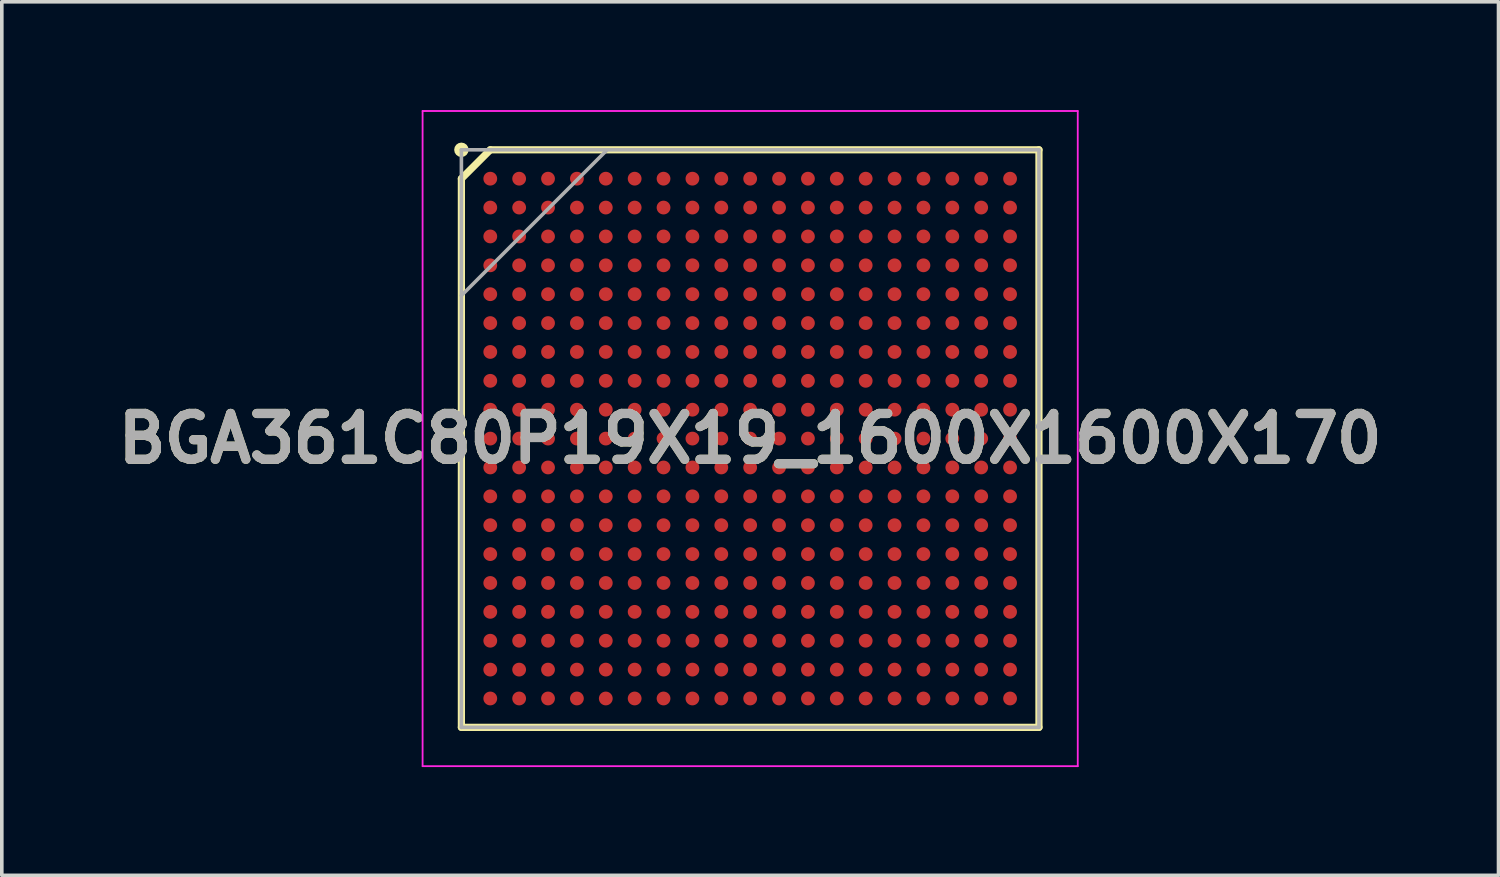
<source format=kicad_pcb>
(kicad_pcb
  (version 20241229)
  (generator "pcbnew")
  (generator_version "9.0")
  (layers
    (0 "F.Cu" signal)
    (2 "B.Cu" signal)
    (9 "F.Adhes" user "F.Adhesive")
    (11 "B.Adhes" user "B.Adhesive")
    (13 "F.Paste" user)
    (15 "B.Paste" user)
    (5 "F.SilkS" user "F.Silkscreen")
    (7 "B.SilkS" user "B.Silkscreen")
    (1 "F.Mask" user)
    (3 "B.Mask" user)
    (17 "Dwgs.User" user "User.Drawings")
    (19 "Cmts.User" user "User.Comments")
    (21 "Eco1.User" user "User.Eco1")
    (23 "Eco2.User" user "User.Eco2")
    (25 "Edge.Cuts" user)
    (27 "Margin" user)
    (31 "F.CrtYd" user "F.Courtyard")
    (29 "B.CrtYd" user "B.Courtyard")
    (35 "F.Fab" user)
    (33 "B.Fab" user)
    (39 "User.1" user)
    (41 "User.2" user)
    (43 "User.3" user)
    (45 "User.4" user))
  (footprint "BGA361C80P19X19_1600X1600X170"
    (layer "F.Cu")
    (at 17.732 9.1)
    (property "Reference" "BGA361C80P19X19_1600X1600X170" (at 0 0 0) (layer "F.SilkS") (effects (font (size 1.27 1.27) (thickness 0.254))))
    (attr smd)
    (fp_line (start -8 -7.2) (end -7.2 -8) (stroke (width 0.2) (type solid)) (layer "F.SilkS"))
    (fp_line (start -8 8) (end -8 -7.2) (stroke (width 0.2) (type solid)) (layer "F.SilkS"))
    (fp_line (start -7.2 -8) (end 8 -8) (stroke (width 0.2) (type solid)) (layer "F.SilkS"))
    (fp_line (start 8 -8) (end 8 8) (stroke (width 0.2) (type solid)) (layer "F.SilkS"))
    (fp_line (start 8 8) (end -8 8) (stroke (width 0.2) (type solid)) (layer "F.SilkS"))
    (fp_circle (center -8 -8) (end -8 -7.9) (stroke (width 0.2) (type solid)) (fill no) (layer "F.SilkS"))
    (fp_line (start -9.075 -9.075) (end 9.075 -9.075) (stroke (width 0.05) (type solid)) (layer "F.CrtYd"))
    (fp_line (start -9.075 9.075) (end -9.075 -9.075) (stroke (width 0.05) (type solid)) (layer "F.CrtYd"))
    (fp_line (start 9.075 -9.075) (end 9.075 9.075) (stroke (width 0.05) (type solid)) (layer "F.CrtYd"))
    (fp_line (start 9.075 9.075) (end -9.075 9.075) (stroke (width 0.05) (type solid)) (layer "F.CrtYd"))
    (fp_line (start -8 -8) (end 8 -8) (stroke (width 0.1) (type solid)) (layer "F.Fab"))
    (fp_line (start -8 -3.962) (end -3.962 -8) (stroke (width 0.1) (type solid)) (layer "F.Fab"))
    (fp_line (start -8 8) (end -8 -8) (stroke (width 0.1) (type solid)) (layer "F.Fab"))
    (fp_line (start 8 -8) (end 8 8) (stroke (width 0.1) (type solid)) (layer "F.Fab"))
    (fp_line (start 8 8) (end -8 8) (stroke (width 0.1) (type solid)) (layer "F.Fab"))
    (fp_text user "${REFERENCE}" (at 0 0 0) (layer "F.Fab") (effects (font (size 1.27 1.27) (thickness 0.254))))
    (pad "A1" smd circle (at -7.2 -7.2 90) (size 0.382 0.382) (layers "F.Cu" "F.Mask" "F.Paste"))
    (pad "A2" smd circle (at -6.4 -7.2 90) (size 0.382 0.382) (layers "F.Cu" "F.Mask" "F.Paste"))
    (pad "A3" smd circle (at -5.6 -7.2 90) (size 0.382 0.382) (layers "F.Cu" "F.Mask" "F.Paste"))
    (pad "A4" smd circle (at -4.8 -7.2 90) (size 0.382 0.382) (layers "F.Cu" "F.Mask" "F.Paste"))
    (pad "A5" smd circle (at -4 -7.2 90) (size 0.382 0.382) (layers "F.Cu" "F.Mask" "F.Paste"))
    (pad "A6" smd circle (at -3.2 -7.2 90) (size 0.382 0.382) (layers "F.Cu" "F.Mask" "F.Paste"))
    (pad "A7" smd circle (at -2.4 -7.2 90) (size 0.382 0.382) (layers "F.Cu" "F.Mask" "F.Paste"))
    (pad "A8" smd circle (at -1.6 -7.2 90) (size 0.382 0.382) (layers "F.Cu" "F.Mask" "F.Paste"))
    (pad "A9" smd circle (at -0.8 -7.2 90) (size 0.382 0.382) (layers "F.Cu" "F.Mask" "F.Paste"))
    (pad "A10" smd circle (at 0 -7.2 90) (size 0.382 0.382) (layers "F.Cu" "F.Mask" "F.Paste"))
    (pad "A11" smd circle (at 0.8 -7.2 90) (size 0.382 0.382) (layers "F.Cu" "F.Mask" "F.Paste"))
    (pad "A12" smd circle (at 1.6 -7.2 90) (size 0.382 0.382) (layers "F.Cu" "F.Mask" "F.Paste"))
    (pad "A13" smd circle (at 2.4 -7.2 90) (size 0.382 0.382) (layers "F.Cu" "F.Mask" "F.Paste"))
    (pad "A14" smd circle (at 3.2 -7.2 90) (size 0.382 0.382) (layers "F.Cu" "F.Mask" "F.Paste"))
    (pad "A15" smd circle (at 4 -7.2 90) (size 0.382 0.382) (layers "F.Cu" "F.Mask" "F.Paste"))
    (pad "A16" smd circle (at 4.8 -7.2 90) (size 0.382 0.382) (layers "F.Cu" "F.Mask" "F.Paste"))
    (pad "A17" smd circle (at 5.6 -7.2 90) (size 0.382 0.382) (layers "F.Cu" "F.Mask" "F.Paste"))
    (pad "A18" smd circle (at 6.4 -7.2 90) (size 0.382 0.382) (layers "F.Cu" "F.Mask" "F.Paste"))
    (pad "A19" smd circle (at 7.2 -7.2 90) (size 0.382 0.382) (layers "F.Cu" "F.Mask" "F.Paste"))
    (pad "B1" smd circle (at -7.2 -6.4 90) (size 0.382 0.382) (layers "F.Cu" "F.Mask" "F.Paste"))
    (pad "B2" smd circle (at -6.4 -6.4 90) (size 0.382 0.382) (layers "F.Cu" "F.Mask" "F.Paste"))
    (pad "B3" smd circle (at -5.6 -6.4 90) (size 0.382 0.382) (layers "F.Cu" "F.Mask" "F.Paste"))
    (pad "B4" smd circle (at -4.8 -6.4 90) (size 0.382 0.382) (layers "F.Cu" "F.Mask" "F.Paste"))
    (pad "B5" smd circle (at -4 -6.4 90) (size 0.382 0.382) (layers "F.Cu" "F.Mask" "F.Paste"))
    (pad "B6" smd circle (at -3.2 -6.4 90) (size 0.382 0.382) (layers "F.Cu" "F.Mask" "F.Paste"))
    (pad "B7" smd circle (at -2.4 -6.4 90) (size 0.382 0.382) (layers "F.Cu" "F.Mask" "F.Paste"))
    (pad "B8" smd circle (at -1.6 -6.4 90) (size 0.382 0.382) (layers "F.Cu" "F.Mask" "F.Paste"))
    (pad "B9" smd circle (at -0.8 -6.4 90) (size 0.382 0.382) (layers "F.Cu" "F.Mask" "F.Paste"))
    (pad "B10" smd circle (at 0 -6.4 90) (size 0.382 0.382) (layers "F.Cu" "F.Mask" "F.Paste"))
    (pad "B11" smd circle (at 0.8 -6.4 90) (size 0.382 0.382) (layers "F.Cu" "F.Mask" "F.Paste"))
    (pad "B12" smd circle (at 1.6 -6.4 90) (size 0.382 0.382) (layers "F.Cu" "F.Mask" "F.Paste"))
    (pad "B13" smd circle (at 2.4 -6.4 90) (size 0.382 0.382) (layers "F.Cu" "F.Mask" "F.Paste"))
    (pad "B14" smd circle (at 3.2 -6.4 90) (size 0.382 0.382) (layers "F.Cu" "F.Mask" "F.Paste"))
    (pad "B15" smd circle (at 4 -6.4 90) (size 0.382 0.382) (layers "F.Cu" "F.Mask" "F.Paste"))
    (pad "B16" smd circle (at 4.8 -6.4 90) (size 0.382 0.382) (layers "F.Cu" "F.Mask" "F.Paste"))
    (pad "B17" smd circle (at 5.6 -6.4 90) (size 0.382 0.382) (layers "F.Cu" "F.Mask" "F.Paste"))
    (pad "B18" smd circle (at 6.4 -6.4 90) (size 0.382 0.382) (layers "F.Cu" "F.Mask" "F.Paste"))
    (pad "B19" smd circle (at 7.2 -6.4 90) (size 0.382 0.382) (layers "F.Cu" "F.Mask" "F.Paste"))
    (pad "C1" smd circle (at -7.2 -5.6 90) (size 0.382 0.382) (layers "F.Cu" "F.Mask" "F.Paste"))
    (pad "C2" smd circle (at -6.4 -5.6 90) (size 0.382 0.382) (layers "F.Cu" "F.Mask" "F.Paste"))
    (pad "C3" smd circle (at -5.6 -5.6 90) (size 0.382 0.382) (layers "F.Cu" "F.Mask" "F.Paste"))
    (pad "C4" smd circle (at -4.8 -5.6 90) (size 0.382 0.382) (layers "F.Cu" "F.Mask" "F.Paste"))
    (pad "C5" smd circle (at -4 -5.6 90) (size 0.382 0.382) (layers "F.Cu" "F.Mask" "F.Paste"))
    (pad "C6" smd circle (at -3.2 -5.6 90) (size 0.382 0.382) (layers "F.Cu" "F.Mask" "F.Paste"))
    (pad "C7" smd circle (at -2.4 -5.6 90) (size 0.382 0.382) (layers "F.Cu" "F.Mask" "F.Paste"))
    (pad "C8" smd circle (at -1.6 -5.6 90) (size 0.382 0.382) (layers "F.Cu" "F.Mask" "F.Paste"))
    (pad "C9" smd circle (at -0.8 -5.6 90) (size 0.382 0.382) (layers "F.Cu" "F.Mask" "F.Paste"))
    (pad "C10" smd circle (at 0 -5.6 90) (size 0.382 0.382) (layers "F.Cu" "F.Mask" "F.Paste"))
    (pad "C11" smd circle (at 0.8 -5.6 90) (size 0.382 0.382) (layers "F.Cu" "F.Mask" "F.Paste"))
    (pad "C12" smd circle (at 1.6 -5.6 90) (size 0.382 0.382) (layers "F.Cu" "F.Mask" "F.Paste"))
    (pad "C13" smd circle (at 2.4 -5.6 90) (size 0.382 0.382) (layers "F.Cu" "F.Mask" "F.Paste"))
    (pad "C14" smd circle (at 3.2 -5.6 90) (size 0.382 0.382) (layers "F.Cu" "F.Mask" "F.Paste"))
    (pad "C15" smd circle (at 4 -5.6 90) (size 0.382 0.382) (layers "F.Cu" "F.Mask" "F.Paste"))
    (pad "C16" smd circle (at 4.8 -5.6 90) (size 0.382 0.382) (layers "F.Cu" "F.Mask" "F.Paste"))
    (pad "C17" smd circle (at 5.6 -5.6 90) (size 0.382 0.382) (layers "F.Cu" "F.Mask" "F.Paste"))
    (pad "C18" smd circle (at 6.4 -5.6 90) (size 0.382 0.382) (layers "F.Cu" "F.Mask" "F.Paste"))
    (pad "C19" smd circle (at 7.2 -5.6 90) (size 0.382 0.382) (layers "F.Cu" "F.Mask" "F.Paste"))
    (pad "D1" smd circle (at -7.2 -4.8 90) (size 0.382 0.382) (layers "F.Cu" "F.Mask" "F.Paste"))
    (pad "D2" smd circle (at -6.4 -4.8 90) (size 0.382 0.382) (layers "F.Cu" "F.Mask" "F.Paste"))
    (pad "D3" smd circle (at -5.6 -4.8 90) (size 0.382 0.382) (layers "F.Cu" "F.Mask" "F.Paste"))
    (pad "D4" smd circle (at -4.8 -4.8 90) (size 0.382 0.382) (layers "F.Cu" "F.Mask" "F.Paste"))
    (pad "D5" smd circle (at -4 -4.8 90) (size 0.382 0.382) (layers "F.Cu" "F.Mask" "F.Paste"))
    (pad "D6" smd circle (at -3.2 -4.8 90) (size 0.382 0.382) (layers "F.Cu" "F.Mask" "F.Paste"))
    (pad "D7" smd circle (at -2.4 -4.8 90) (size 0.382 0.382) (layers "F.Cu" "F.Mask" "F.Paste"))
    (pad "D8" smd circle (at -1.6 -4.8 90) (size 0.382 0.382) (layers "F.Cu" "F.Mask" "F.Paste"))
    (pad "D9" smd circle (at -0.8 -4.8 90) (size 0.382 0.382) (layers "F.Cu" "F.Mask" "F.Paste"))
    (pad "D10" smd circle (at 0 -4.8 90) (size 0.382 0.382) (layers "F.Cu" "F.Mask" "F.Paste"))
    (pad "D11" smd circle (at 0.8 -4.8 90) (size 0.382 0.382) (layers "F.Cu" "F.Mask" "F.Paste"))
    (pad "D12" smd circle (at 1.6 -4.8 90) (size 0.382 0.382) (layers "F.Cu" "F.Mask" "F.Paste"))
    (pad "D13" smd circle (at 2.4 -4.8 90) (size 0.382 0.382) (layers "F.Cu" "F.Mask" "F.Paste"))
    (pad "D14" smd circle (at 3.2 -4.8 90) (size 0.382 0.382) (layers "F.Cu" "F.Mask" "F.Paste"))
    (pad "D15" smd circle (at 4 -4.8 90) (size 0.382 0.382) (layers "F.Cu" "F.Mask" "F.Paste"))
    (pad "D16" smd circle (at 4.8 -4.8 90) (size 0.382 0.382) (layers "F.Cu" "F.Mask" "F.Paste"))
    (pad "D17" smd circle (at 5.6 -4.8 90) (size 0.382 0.382) (layers "F.Cu" "F.Mask" "F.Paste"))
    (pad "D18" smd circle (at 6.4 -4.8 90) (size 0.382 0.382) (layers "F.Cu" "F.Mask" "F.Paste"))
    (pad "D19" smd circle (at 7.2 -4.8 90) (size 0.382 0.382) (layers "F.Cu" "F.Mask" "F.Paste"))
    (pad "E1" smd circle (at -7.2 -4 90) (size 0.382 0.382) (layers "F.Cu" "F.Mask" "F.Paste"))
    (pad "E2" smd circle (at -6.4 -4 90) (size 0.382 0.382) (layers "F.Cu" "F.Mask" "F.Paste"))
    (pad "E3" smd circle (at -5.6 -4 90) (size 0.382 0.382) (layers "F.Cu" "F.Mask" "F.Paste"))
    (pad "E4" smd circle (at -4.8 -4 90) (size 0.382 0.382) (layers "F.Cu" "F.Mask" "F.Paste"))
    (pad "E5" smd circle (at -4 -4 90) (size 0.382 0.382) (layers "F.Cu" "F.Mask" "F.Paste"))
    (pad "E6" smd circle (at -3.2 -4 90) (size 0.382 0.382) (layers "F.Cu" "F.Mask" "F.Paste"))
    (pad "E7" smd circle (at -2.4 -4 90) (size 0.382 0.382) (layers "F.Cu" "F.Mask" "F.Paste"))
    (pad "E8" smd circle (at -1.6 -4 90) (size 0.382 0.382) (layers "F.Cu" "F.Mask" "F.Paste"))
    (pad "E9" smd circle (at -0.8 -4 90) (size 0.382 0.382) (layers "F.Cu" "F.Mask" "F.Paste"))
    (pad "E10" smd circle (at 0 -4 90) (size 0.382 0.382) (layers "F.Cu" "F.Mask" "F.Paste"))
    (pad "E11" smd circle (at 0.8 -4 90) (size 0.382 0.382) (layers "F.Cu" "F.Mask" "F.Paste"))
    (pad "E12" smd circle (at 1.6 -4 90) (size 0.382 0.382) (layers "F.Cu" "F.Mask" "F.Paste"))
    (pad "E13" smd circle (at 2.4 -4 90) (size 0.382 0.382) (layers "F.Cu" "F.Mask" "F.Paste"))
    (pad "E14" smd circle (at 3.2 -4 90) (size 0.382 0.382) (layers "F.Cu" "F.Mask" "F.Paste"))
    (pad "E15" smd circle (at 4 -4 90) (size 0.382 0.382) (layers "F.Cu" "F.Mask" "F.Paste"))
    (pad "E16" smd circle (at 4.8 -4 90) (size 0.382 0.382) (layers "F.Cu" "F.Mask" "F.Paste"))
    (pad "E17" smd circle (at 5.6 -4 90) (size 0.382 0.382) (layers "F.Cu" "F.Mask" "F.Paste"))
    (pad "E18" smd circle (at 6.4 -4 90) (size 0.382 0.382) (layers "F.Cu" "F.Mask" "F.Paste"))
    (pad "E19" smd circle (at 7.2 -4 90) (size 0.382 0.382) (layers "F.Cu" "F.Mask" "F.Paste"))
    (pad "F1" smd circle (at -7.2 -3.2 90) (size 0.382 0.382) (layers "F.Cu" "F.Mask" "F.Paste"))
    (pad "F2" smd circle (at -6.4 -3.2 90) (size 0.382 0.382) (layers "F.Cu" "F.Mask" "F.Paste"))
    (pad "F3" smd circle (at -5.6 -3.2 90) (size 0.382 0.382) (layers "F.Cu" "F.Mask" "F.Paste"))
    (pad "F4" smd circle (at -4.8 -3.2 90) (size 0.382 0.382) (layers "F.Cu" "F.Mask" "F.Paste"))
    (pad "F5" smd circle (at -4 -3.2 90) (size 0.382 0.382) (layers "F.Cu" "F.Mask" "F.Paste"))
    (pad "F6" smd circle (at -3.2 -3.2 90) (size 0.382 0.382) (layers "F.Cu" "F.Mask" "F.Paste"))
    (pad "F7" smd circle (at -2.4 -3.2 90) (size 0.382 0.382) (layers "F.Cu" "F.Mask" "F.Paste"))
    (pad "F8" smd circle (at -1.6 -3.2 90) (size 0.382 0.382) (layers "F.Cu" "F.Mask" "F.Paste"))
    (pad "F9" smd circle (at -0.8 -3.2 90) (size 0.382 0.382) (layers "F.Cu" "F.Mask" "F.Paste"))
    (pad "F10" smd circle (at 0 -3.2 90) (size 0.382 0.382) (layers "F.Cu" "F.Mask" "F.Paste"))
    (pad "F11" smd circle (at 0.8 -3.2 90) (size 0.382 0.382) (layers "F.Cu" "F.Mask" "F.Paste"))
    (pad "F12" smd circle (at 1.6 -3.2 90) (size 0.382 0.382) (layers "F.Cu" "F.Mask" "F.Paste"))
    (pad "F13" smd circle (at 2.4 -3.2 90) (size 0.382 0.382) (layers "F.Cu" "F.Mask" "F.Paste"))
    (pad "F14" smd circle (at 3.2 -3.2 90) (size 0.382 0.382) (layers "F.Cu" "F.Mask" "F.Paste"))
    (pad "F15" smd circle (at 4 -3.2 90) (size 0.382 0.382) (layers "F.Cu" "F.Mask" "F.Paste"))
    (pad "F16" smd circle (at 4.8 -3.2 90) (size 0.382 0.382) (layers "F.Cu" "F.Mask" "F.Paste"))
    (pad "F17" smd circle (at 5.6 -3.2 90) (size 0.382 0.382) (layers "F.Cu" "F.Mask" "F.Paste"))
    (pad "F18" smd circle (at 6.4 -3.2 90) (size 0.382 0.382) (layers "F.Cu" "F.Mask" "F.Paste"))
    (pad "F19" smd circle (at 7.2 -3.2 90) (size 0.382 0.382) (layers "F.Cu" "F.Mask" "F.Paste"))
    (pad "G1" smd circle (at -7.2 -2.4 90) (size 0.382 0.382) (layers "F.Cu" "F.Mask" "F.Paste"))
    (pad "G2" smd circle (at -6.4 -2.4 90) (size 0.382 0.382) (layers "F.Cu" "F.Mask" "F.Paste"))
    (pad "G3" smd circle (at -5.6 -2.4 90) (size 0.382 0.382) (layers "F.Cu" "F.Mask" "F.Paste"))
    (pad "G4" smd circle (at -4.8 -2.4 90) (size 0.382 0.382) (layers "F.Cu" "F.Mask" "F.Paste"))
    (pad "G5" smd circle (at -4 -2.4 90) (size 0.382 0.382) (layers "F.Cu" "F.Mask" "F.Paste"))
    (pad "G6" smd circle (at -3.2 -2.4 90) (size 0.382 0.382) (layers "F.Cu" "F.Mask" "F.Paste"))
    (pad "G7" smd circle (at -2.4 -2.4 90) (size 0.382 0.382) (layers "F.Cu" "F.Mask" "F.Paste"))
    (pad "G8" smd circle (at -1.6 -2.4 90) (size 0.382 0.382) (layers "F.Cu" "F.Mask" "F.Paste"))
    (pad "G9" smd circle (at -0.8 -2.4 90) (size 0.382 0.382) (layers "F.Cu" "F.Mask" "F.Paste"))
    (pad "G10" smd circle (at 0 -2.4 90) (size 0.382 0.382) (layers "F.Cu" "F.Mask" "F.Paste"))
    (pad "G11" smd circle (at 0.8 -2.4 90) (size 0.382 0.382) (layers "F.Cu" "F.Mask" "F.Paste"))
    (pad "G12" smd circle (at 1.6 -2.4 90) (size 0.382 0.382) (layers "F.Cu" "F.Mask" "F.Paste"))
    (pad "G13" smd circle (at 2.4 -2.4 90) (size 0.382 0.382) (layers "F.Cu" "F.Mask" "F.Paste"))
    (pad "G14" smd circle (at 3.2 -2.4 90) (size 0.382 0.382) (layers "F.Cu" "F.Mask" "F.Paste"))
    (pad "G15" smd circle (at 4 -2.4 90) (size 0.382 0.382) (layers "F.Cu" "F.Mask" "F.Paste"))
    (pad "G16" smd circle (at 4.8 -2.4 90) (size 0.382 0.382) (layers "F.Cu" "F.Mask" "F.Paste"))
    (pad "G17" smd circle (at 5.6 -2.4 90) (size 0.382 0.382) (layers "F.Cu" "F.Mask" "F.Paste"))
    (pad "G18" smd circle (at 6.4 -2.4 90) (size 0.382 0.382) (layers "F.Cu" "F.Mask" "F.Paste"))
    (pad "G19" smd circle (at 7.2 -2.4 90) (size 0.382 0.382) (layers "F.Cu" "F.Mask" "F.Paste"))
    (pad "H1" smd circle (at -7.2 -1.6 90) (size 0.382 0.382) (layers "F.Cu" "F.Mask" "F.Paste"))
    (pad "H2" smd circle (at -6.4 -1.6 90) (size 0.382 0.382) (layers "F.Cu" "F.Mask" "F.Paste"))
    (pad "H3" smd circle (at -5.6 -1.6 90) (size 0.382 0.382) (layers "F.Cu" "F.Mask" "F.Paste"))
    (pad "H4" smd circle (at -4.8 -1.6 90) (size 0.382 0.382) (layers "F.Cu" "F.Mask" "F.Paste"))
    (pad "H5" smd circle (at -4 -1.6 90) (size 0.382 0.382) (layers "F.Cu" "F.Mask" "F.Paste"))
    (pad "H6" smd circle (at -3.2 -1.6 90) (size 0.382 0.382) (layers "F.Cu" "F.Mask" "F.Paste"))
    (pad "H7" smd circle (at -2.4 -1.6 90) (size 0.382 0.382) (layers "F.Cu" "F.Mask" "F.Paste"))
    (pad "H8" smd circle (at -1.6 -1.6 90) (size 0.382 0.382) (layers "F.Cu" "F.Mask" "F.Paste"))
    (pad "H9" smd circle (at -0.8 -1.6 90) (size 0.382 0.382) (layers "F.Cu" "F.Mask" "F.Paste"))
    (pad "H10" smd circle (at 0 -1.6 90) (size 0.382 0.382) (layers "F.Cu" "F.Mask" "F.Paste"))
    (pad "H11" smd circle (at 0.8 -1.6 90) (size 0.382 0.382) (layers "F.Cu" "F.Mask" "F.Paste"))
    (pad "H12" smd circle (at 1.6 -1.6 90) (size 0.382 0.382) (layers "F.Cu" "F.Mask" "F.Paste"))
    (pad "H13" smd circle (at 2.4 -1.6 90) (size 0.382 0.382) (layers "F.Cu" "F.Mask" "F.Paste"))
    (pad "H14" smd circle (at 3.2 -1.6 90) (size 0.382 0.382) (layers "F.Cu" "F.Mask" "F.Paste"))
    (pad "H15" smd circle (at 4 -1.6 90) (size 0.382 0.382) (layers "F.Cu" "F.Mask" "F.Paste"))
    (pad "H16" smd circle (at 4.8 -1.6 90) (size 0.382 0.382) (layers "F.Cu" "F.Mask" "F.Paste"))
    (pad "H17" smd circle (at 5.6 -1.6 90) (size 0.382 0.382) (layers "F.Cu" "F.Mask" "F.Paste"))
    (pad "H18" smd circle (at 6.4 -1.6 90) (size 0.382 0.382) (layers "F.Cu" "F.Mask" "F.Paste"))
    (pad "H19" smd circle (at 7.2 -1.6 90) (size 0.382 0.382) (layers "F.Cu" "F.Mask" "F.Paste"))
    (pad "J1" smd circle (at -7.2 -0.8 90) (size 0.382 0.382) (layers "F.Cu" "F.Mask" "F.Paste"))
    (pad "J2" smd circle (at -6.4 -0.8 90) (size 0.382 0.382) (layers "F.Cu" "F.Mask" "F.Paste"))
    (pad "J3" smd circle (at -5.6 -0.8 90) (size 0.382 0.382) (layers "F.Cu" "F.Mask" "F.Paste"))
    (pad "J4" smd circle (at -4.8 -0.8 90) (size 0.382 0.382) (layers "F.Cu" "F.Mask" "F.Paste"))
    (pad "J5" smd circle (at -4 -0.8 90) (size 0.382 0.382) (layers "F.Cu" "F.Mask" "F.Paste"))
    (pad "J6" smd circle (at -3.2 -0.8 90) (size 0.382 0.382) (layers "F.Cu" "F.Mask" "F.Paste"))
    (pad "J7" smd circle (at -2.4 -0.8 90) (size 0.382 0.382) (layers "F.Cu" "F.Mask" "F.Paste"))
    (pad "J8" smd circle (at -1.6 -0.8 90) (size 0.382 0.382) (layers "F.Cu" "F.Mask" "F.Paste"))
    (pad "J9" smd circle (at -0.8 -0.8 90) (size 0.382 0.382) (layers "F.Cu" "F.Mask" "F.Paste"))
    (pad "J10" smd circle (at 0 -0.8 90) (size 0.382 0.382) (layers "F.Cu" "F.Mask" "F.Paste"))
    (pad "J11" smd circle (at 0.8 -0.8 90) (size 0.382 0.382) (layers "F.Cu" "F.Mask" "F.Paste"))
    (pad "J12" smd circle (at 1.6 -0.8 90) (size 0.382 0.382) (layers "F.Cu" "F.Mask" "F.Paste"))
    (pad "J13" smd circle (at 2.4 -0.8 90) (size 0.382 0.382) (layers "F.Cu" "F.Mask" "F.Paste"))
    (pad "J14" smd circle (at 3.2 -0.8 90) (size 0.382 0.382) (layers "F.Cu" "F.Mask" "F.Paste"))
    (pad "J15" smd circle (at 4 -0.8 90) (size 0.382 0.382) (layers "F.Cu" "F.Mask" "F.Paste"))
    (pad "J16" smd circle (at 4.8 -0.8 90) (size 0.382 0.382) (layers "F.Cu" "F.Mask" "F.Paste"))
    (pad "J17" smd circle (at 5.6 -0.8 90) (size 0.382 0.382) (layers "F.Cu" "F.Mask" "F.Paste"))
    (pad "J18" smd circle (at 6.4 -0.8 90) (size 0.382 0.382) (layers "F.Cu" "F.Mask" "F.Paste"))
    (pad "J19" smd circle (at 7.2 -0.8 90) (size 0.382 0.382) (layers "F.Cu" "F.Mask" "F.Paste"))
    (pad "K1" smd circle (at -7.2 0 90) (size 0.382 0.382) (layers "F.Cu" "F.Mask" "F.Paste"))
    (pad "K2" smd circle (at -6.4 0 90) (size 0.382 0.382) (layers "F.Cu" "F.Mask" "F.Paste"))
    (pad "K3" smd circle (at -5.6 0 90) (size 0.382 0.382) (layers "F.Cu" "F.Mask" "F.Paste"))
    (pad "K4" smd circle (at -4.8 0 90) (size 0.382 0.382) (layers "F.Cu" "F.Mask" "F.Paste"))
    (pad "K5" smd circle (at -4 0 90) (size 0.382 0.382) (layers "F.Cu" "F.Mask" "F.Paste"))
    (pad "K6" smd circle (at -3.2 0 90) (size 0.382 0.382) (layers "F.Cu" "F.Mask" "F.Paste"))
    (pad "K7" smd circle (at -2.4 0 90) (size 0.382 0.382) (layers "F.Cu" "F.Mask" "F.Paste"))
    (pad "K8" smd circle (at -1.6 0 90) (size 0.382 0.382) (layers "F.Cu" "F.Mask" "F.Paste"))
    (pad "K9" smd circle (at -0.8 0 90) (size 0.382 0.382) (layers "F.Cu" "F.Mask" "F.Paste"))
    (pad "K10" smd circle (at 0 0 90) (size 0.382 0.382) (layers "F.Cu" "F.Mask" "F.Paste"))
    (pad "K11" smd circle (at 0.8 0 90) (size 0.382 0.382) (layers "F.Cu" "F.Mask" "F.Paste"))
    (pad "K12" smd circle (at 1.6 0 90) (size 0.382 0.382) (layers "F.Cu" "F.Mask" "F.Paste"))
    (pad "K13" smd circle (at 2.4 0 90) (size 0.382 0.382) (layers "F.Cu" "F.Mask" "F.Paste"))
    (pad "K14" smd circle (at 3.2 0 90) (size 0.382 0.382) (layers "F.Cu" "F.Mask" "F.Paste"))
    (pad "K15" smd circle (at 4 0 90) (size 0.382 0.382) (layers "F.Cu" "F.Mask" "F.Paste"))
    (pad "K16" smd circle (at 4.8 0 90) (size 0.382 0.382) (layers "F.Cu" "F.Mask" "F.Paste"))
    (pad "K17" smd circle (at 5.6 0 90) (size 0.382 0.382) (layers "F.Cu" "F.Mask" "F.Paste"))
    (pad "K18" smd circle (at 6.4 0 90) (size 0.382 0.382) (layers "F.Cu" "F.Mask" "F.Paste"))
    (pad "K19" smd circle (at 7.2 0 90) (size 0.382 0.382) (layers "F.Cu" "F.Mask" "F.Paste"))
    (pad "L1" smd circle (at -7.2 0.8 90) (size 0.382 0.382) (layers "F.Cu" "F.Mask" "F.Paste"))
    (pad "L2" smd circle (at -6.4 0.8 90) (size 0.382 0.382) (layers "F.Cu" "F.Mask" "F.Paste"))
    (pad "L3" smd circle (at -5.6 0.8 90) (size 0.382 0.382) (layers "F.Cu" "F.Mask" "F.Paste"))
    (pad "L4" smd circle (at -4.8 0.8 90) (size 0.382 0.382) (layers "F.Cu" "F.Mask" "F.Paste"))
    (pad "L5" smd circle (at -4 0.8 90) (size 0.382 0.382) (layers "F.Cu" "F.Mask" "F.Paste"))
    (pad "L6" smd circle (at -3.2 0.8 90) (size 0.382 0.382) (layers "F.Cu" "F.Mask" "F.Paste"))
    (pad "L7" smd circle (at -2.4 0.8 90) (size 0.382 0.382) (layers "F.Cu" "F.Mask" "F.Paste"))
    (pad "L8" smd circle (at -1.6 0.8 90) (size 0.382 0.382) (layers "F.Cu" "F.Mask" "F.Paste"))
    (pad "L9" smd circle (at -0.8 0.8 90) (size 0.382 0.382) (layers "F.Cu" "F.Mask" "F.Paste"))
    (pad "L10" smd circle (at 0 0.8 90) (size 0.382 0.382) (layers "F.Cu" "F.Mask" "F.Paste"))
    (pad "L11" smd circle (at 0.8 0.8 90) (size 0.382 0.382) (layers "F.Cu" "F.Mask" "F.Paste"))
    (pad "L12" smd circle (at 1.6 0.8 90) (size 0.382 0.382) (layers "F.Cu" "F.Mask" "F.Paste"))
    (pad "L13" smd circle (at 2.4 0.8 90) (size 0.382 0.382) (layers "F.Cu" "F.Mask" "F.Paste"))
    (pad "L14" smd circle (at 3.2 0.8 90) (size 0.382 0.382) (layers "F.Cu" "F.Mask" "F.Paste"))
    (pad "L15" smd circle (at 4 0.8 90) (size 0.382 0.382) (layers "F.Cu" "F.Mask" "F.Paste"))
    (pad "L16" smd circle (at 4.8 0.8 90) (size 0.382 0.382) (layers "F.Cu" "F.Mask" "F.Paste"))
    (pad "L17" smd circle (at 5.6 0.8 90) (size 0.382 0.382) (layers "F.Cu" "F.Mask" "F.Paste"))
    (pad "L18" smd circle (at 6.4 0.8 90) (size 0.382 0.382) (layers "F.Cu" "F.Mask" "F.Paste"))
    (pad "L19" smd circle (at 7.2 0.8 90) (size 0.382 0.382) (layers "F.Cu" "F.Mask" "F.Paste"))
    (pad "M1" smd circle (at -7.2 1.6 90) (size 0.382 0.382) (layers "F.Cu" "F.Mask" "F.Paste"))
    (pad "M2" smd circle (at -6.4 1.6 90) (size 0.382 0.382) (layers "F.Cu" "F.Mask" "F.Paste"))
    (pad "M3" smd circle (at -5.6 1.6 90) (size 0.382 0.382) (layers "F.Cu" "F.Mask" "F.Paste"))
    (pad "M4" smd circle (at -4.8 1.6 90) (size 0.382 0.382) (layers "F.Cu" "F.Mask" "F.Paste"))
    (pad "M5" smd circle (at -4 1.6 90) (size 0.382 0.382) (layers "F.Cu" "F.Mask" "F.Paste"))
    (pad "M6" smd circle (at -3.2 1.6 90) (size 0.382 0.382) (layers "F.Cu" "F.Mask" "F.Paste"))
    (pad "M7" smd circle (at -2.4 1.6 90) (size 0.382 0.382) (layers "F.Cu" "F.Mask" "F.Paste"))
    (pad "M8" smd circle (at -1.6 1.6 90) (size 0.382 0.382) (layers "F.Cu" "F.Mask" "F.Paste"))
    (pad "M9" smd circle (at -0.8 1.6 90) (size 0.382 0.382) (layers "F.Cu" "F.Mask" "F.Paste"))
    (pad "M10" smd circle (at 0 1.6 90) (size 0.382 0.382) (layers "F.Cu" "F.Mask" "F.Paste"))
    (pad "M11" smd circle (at 0.8 1.6 90) (size 0.382 0.382) (layers "F.Cu" "F.Mask" "F.Paste"))
    (pad "M12" smd circle (at 1.6 1.6 90) (size 0.382 0.382) (layers "F.Cu" "F.Mask" "F.Paste"))
    (pad "M13" smd circle (at 2.4 1.6 90) (size 0.382 0.382) (layers "F.Cu" "F.Mask" "F.Paste"))
    (pad "M14" smd circle (at 3.2 1.6 90) (size 0.382 0.382) (layers "F.Cu" "F.Mask" "F.Paste"))
    (pad "M15" smd circle (at 4 1.6 90) (size 0.382 0.382) (layers "F.Cu" "F.Mask" "F.Paste"))
    (pad "M16" smd circle (at 4.8 1.6 90) (size 0.382 0.382) (layers "F.Cu" "F.Mask" "F.Paste"))
    (pad "M17" smd circle (at 5.6 1.6 90) (size 0.382 0.382) (layers "F.Cu" "F.Mask" "F.Paste"))
    (pad "M18" smd circle (at 6.4 1.6 90) (size 0.382 0.382) (layers "F.Cu" "F.Mask" "F.Paste"))
    (pad "M19" smd circle (at 7.2 1.6 90) (size 0.382 0.382) (layers "F.Cu" "F.Mask" "F.Paste"))
    (pad "N1" smd circle (at -7.2 2.4 90) (size 0.382 0.382) (layers "F.Cu" "F.Mask" "F.Paste"))
    (pad "N2" smd circle (at -6.4 2.4 90) (size 0.382 0.382) (layers "F.Cu" "F.Mask" "F.Paste"))
    (pad "N3" smd circle (at -5.6 2.4 90) (size 0.382 0.382) (layers "F.Cu" "F.Mask" "F.Paste"))
    (pad "N4" smd circle (at -4.8 2.4 90) (size 0.382 0.382) (layers "F.Cu" "F.Mask" "F.Paste"))
    (pad "N5" smd circle (at -4 2.4 90) (size 0.382 0.382) (layers "F.Cu" "F.Mask" "F.Paste"))
    (pad "N6" smd circle (at -3.2 2.4 90) (size 0.382 0.382) (layers "F.Cu" "F.Mask" "F.Paste"))
    (pad "N7" smd circle (at -2.4 2.4 90) (size 0.382 0.382) (layers "F.Cu" "F.Mask" "F.Paste"))
    (pad "N8" smd circle (at -1.6 2.4 90) (size 0.382 0.382) (layers "F.Cu" "F.Mask" "F.Paste"))
    (pad "N9" smd circle (at -0.8 2.4 90) (size 0.382 0.382) (layers "F.Cu" "F.Mask" "F.Paste"))
    (pad "N10" smd circle (at 0 2.4 90) (size 0.382 0.382) (layers "F.Cu" "F.Mask" "F.Paste"))
    (pad "N11" smd circle (at 0.8 2.4 90) (size 0.382 0.382) (layers "F.Cu" "F.Mask" "F.Paste"))
    (pad "N12" smd circle (at 1.6 2.4 90) (size 0.382 0.382) (layers "F.Cu" "F.Mask" "F.Paste"))
    (pad "N13" smd circle (at 2.4 2.4 90) (size 0.382 0.382) (layers "F.Cu" "F.Mask" "F.Paste"))
    (pad "N14" smd circle (at 3.2 2.4 90) (size 0.382 0.382) (layers "F.Cu" "F.Mask" "F.Paste"))
    (pad "N15" smd circle (at 4 2.4 90) (size 0.382 0.382) (layers "F.Cu" "F.Mask" "F.Paste"))
    (pad "N16" smd circle (at 4.8 2.4 90) (size 0.382 0.382) (layers "F.Cu" "F.Mask" "F.Paste"))
    (pad "N17" smd circle (at 5.6 2.4 90) (size 0.382 0.382) (layers "F.Cu" "F.Mask" "F.Paste"))
    (pad "N18" smd circle (at 6.4 2.4 90) (size 0.382 0.382) (layers "F.Cu" "F.Mask" "F.Paste"))
    (pad "N19" smd circle (at 7.2 2.4 90) (size 0.382 0.382) (layers "F.Cu" "F.Mask" "F.Paste"))
    (pad "P1" smd circle (at -7.2 3.2 90) (size 0.382 0.382) (layers "F.Cu" "F.Mask" "F.Paste"))
    (pad "P2" smd circle (at -6.4 3.2 90) (size 0.382 0.382) (layers "F.Cu" "F.Mask" "F.Paste"))
    (pad "P3" smd circle (at -5.6 3.2 90) (size 0.382 0.382) (layers "F.Cu" "F.Mask" "F.Paste"))
    (pad "P4" smd circle (at -4.8 3.2 90) (size 0.382 0.382) (layers "F.Cu" "F.Mask" "F.Paste"))
    (pad "P5" smd circle (at -4 3.2 90) (size 0.382 0.382) (layers "F.Cu" "F.Mask" "F.Paste"))
    (pad "P6" smd circle (at -3.2 3.2 90) (size 0.382 0.382) (layers "F.Cu" "F.Mask" "F.Paste"))
    (pad "P7" smd circle (at -2.4 3.2 90) (size 0.382 0.382) (layers "F.Cu" "F.Mask" "F.Paste"))
    (pad "P8" smd circle (at -1.6 3.2 90) (size 0.382 0.382) (layers "F.Cu" "F.Mask" "F.Paste"))
    (pad "P9" smd circle (at -0.8 3.2 90) (size 0.382 0.382) (layers "F.Cu" "F.Mask" "F.Paste"))
    (pad "P10" smd circle (at 0 3.2 90) (size 0.382 0.382) (layers "F.Cu" "F.Mask" "F.Paste"))
    (pad "P11" smd circle (at 0.8 3.2 90) (size 0.382 0.382) (layers "F.Cu" "F.Mask" "F.Paste"))
    (pad "P12" smd circle (at 1.6 3.2 90) (size 0.382 0.382) (layers "F.Cu" "F.Mask" "F.Paste"))
    (pad "P13" smd circle (at 2.4 3.2 90) (size 0.382 0.382) (layers "F.Cu" "F.Mask" "F.Paste"))
    (pad "P14" smd circle (at 3.2 3.2 90) (size 0.382 0.382) (layers "F.Cu" "F.Mask" "F.Paste"))
    (pad "P15" smd circle (at 4 3.2 90) (size 0.382 0.382) (layers "F.Cu" "F.Mask" "F.Paste"))
    (pad "P16" smd circle (at 4.8 3.2 90) (size 0.382 0.382) (layers "F.Cu" "F.Mask" "F.Paste"))
    (pad "P17" smd circle (at 5.6 3.2 90) (size 0.382 0.382) (layers "F.Cu" "F.Mask" "F.Paste"))
    (pad "P18" smd circle (at 6.4 3.2 90) (size 0.382 0.382) (layers "F.Cu" "F.Mask" "F.Paste"))
    (pad "P19" smd circle (at 7.2 3.2 90) (size 0.382 0.382) (layers "F.Cu" "F.Mask" "F.Paste"))
    (pad "R1" smd circle (at -7.2 4 90) (size 0.382 0.382) (layers "F.Cu" "F.Mask" "F.Paste"))
    (pad "R2" smd circle (at -6.4 4 90) (size 0.382 0.382) (layers "F.Cu" "F.Mask" "F.Paste"))
    (pad "R3" smd circle (at -5.6 4 90) (size 0.382 0.382) (layers "F.Cu" "F.Mask" "F.Paste"))
    (pad "R4" smd circle (at -4.8 4 90) (size 0.382 0.382) (layers "F.Cu" "F.Mask" "F.Paste"))
    (pad "R5" smd circle (at -4 4 90) (size 0.382 0.382) (layers "F.Cu" "F.Mask" "F.Paste"))
    (pad "R6" smd circle (at -3.2 4 90) (size 0.382 0.382) (layers "F.Cu" "F.Mask" "F.Paste"))
    (pad "R7" smd circle (at -2.4 4 90) (size 0.382 0.382) (layers "F.Cu" "F.Mask" "F.Paste"))
    (pad "R8" smd circle (at -1.6 4 90) (size 0.382 0.382) (layers "F.Cu" "F.Mask" "F.Paste"))
    (pad "R9" smd circle (at -0.8 4 90) (size 0.382 0.382) (layers "F.Cu" "F.Mask" "F.Paste"))
    (pad "R10" smd circle (at 0 4 90) (size 0.382 0.382) (layers "F.Cu" "F.Mask" "F.Paste"))
    (pad "R11" smd circle (at 0.8 4 90) (size 0.382 0.382) (layers "F.Cu" "F.Mask" "F.Paste"))
    (pad "R12" smd circle (at 1.6 4 90) (size 0.382 0.382) (layers "F.Cu" "F.Mask" "F.Paste"))
    (pad "R13" smd circle (at 2.4 4 90) (size 0.382 0.382) (layers "F.Cu" "F.Mask" "F.Paste"))
    (pad "R14" smd circle (at 3.2 4 90) (size 0.382 0.382) (layers "F.Cu" "F.Mask" "F.Paste"))
    (pad "R15" smd circle (at 4 4 90) (size 0.382 0.382) (layers "F.Cu" "F.Mask" "F.Paste"))
    (pad "R16" smd circle (at 4.8 4 90) (size 0.382 0.382) (layers "F.Cu" "F.Mask" "F.Paste"))
    (pad "R17" smd circle (at 5.6 4 90) (size 0.382 0.382) (layers "F.Cu" "F.Mask" "F.Paste"))
    (pad "R18" smd circle (at 6.4 4 90) (size 0.382 0.382) (layers "F.Cu" "F.Mask" "F.Paste"))
    (pad "R19" smd circle (at 7.2 4 90) (size 0.382 0.382) (layers "F.Cu" "F.Mask" "F.Paste"))
    (pad "T1" smd circle (at -7.2 4.8 90) (size 0.382 0.382) (layers "F.Cu" "F.Mask" "F.Paste"))
    (pad "T2" smd circle (at -6.4 4.8 90) (size 0.382 0.382) (layers "F.Cu" "F.Mask" "F.Paste"))
    (pad "T3" smd circle (at -5.6 4.8 90) (size 0.382 0.382) (layers "F.Cu" "F.Mask" "F.Paste"))
    (pad "T4" smd circle (at -4.8 4.8 90) (size 0.382 0.382) (layers "F.Cu" "F.Mask" "F.Paste"))
    (pad "T5" smd circle (at -4 4.8 90) (size 0.382 0.382) (layers "F.Cu" "F.Mask" "F.Paste"))
    (pad "T6" smd circle (at -3.2 4.8 90) (size 0.382 0.382) (layers "F.Cu" "F.Mask" "F.Paste"))
    (pad "T7" smd circle (at -2.4 4.8 90) (size 0.382 0.382) (layers "F.Cu" "F.Mask" "F.Paste"))
    (pad "T8" smd circle (at -1.6 4.8 90) (size 0.382 0.382) (layers "F.Cu" "F.Mask" "F.Paste"))
    (pad "T9" smd circle (at -0.8 4.8 90) (size 0.382 0.382) (layers "F.Cu" "F.Mask" "F.Paste"))
    (pad "T10" smd circle (at 0 4.8 90) (size 0.382 0.382) (layers "F.Cu" "F.Mask" "F.Paste"))
    (pad "T11" smd circle (at 0.8 4.8 90) (size 0.382 0.382) (layers "F.Cu" "F.Mask" "F.Paste"))
    (pad "T12" smd circle (at 1.6 4.8 90) (size 0.382 0.382) (layers "F.Cu" "F.Mask" "F.Paste"))
    (pad "T13" smd circle (at 2.4 4.8 90) (size 0.382 0.382) (layers "F.Cu" "F.Mask" "F.Paste"))
    (pad "T14" smd circle (at 3.2 4.8 90) (size 0.382 0.382) (layers "F.Cu" "F.Mask" "F.Paste"))
    (pad "T15" smd circle (at 4 4.8 90) (size 0.382 0.382) (layers "F.Cu" "F.Mask" "F.Paste"))
    (pad "T16" smd circle (at 4.8 4.8 90) (size 0.382 0.382) (layers "F.Cu" "F.Mask" "F.Paste"))
    (pad "T17" smd circle (at 5.6 4.8 90) (size 0.382 0.382) (layers "F.Cu" "F.Mask" "F.Paste"))
    (pad "T18" smd circle (at 6.4 4.8 90) (size 0.382 0.382) (layers "F.Cu" "F.Mask" "F.Paste"))
    (pad "T19" smd circle (at 7.2 4.8 90) (size 0.382 0.382) (layers "F.Cu" "F.Mask" "F.Paste"))
    (pad "U1" smd circle (at -7.2 5.6 90) (size 0.382 0.382) (layers "F.Cu" "F.Mask" "F.Paste"))
    (pad "U2" smd circle (at -6.4 5.6 90) (size 0.382 0.382) (layers "F.Cu" "F.Mask" "F.Paste"))
    (pad "U3" smd circle (at -5.6 5.6 90) (size 0.382 0.382) (layers "F.Cu" "F.Mask" "F.Paste"))
    (pad "U4" smd circle (at -4.8 5.6 90) (size 0.382 0.382) (layers "F.Cu" "F.Mask" "F.Paste"))
    (pad "U5" smd circle (at -4 5.6 90) (size 0.382 0.382) (layers "F.Cu" "F.Mask" "F.Paste"))
    (pad "U6" smd circle (at -3.2 5.6 90) (size 0.382 0.382) (layers "F.Cu" "F.Mask" "F.Paste"))
    (pad "U7" smd circle (at -2.4 5.6 90) (size 0.382 0.382) (layers "F.Cu" "F.Mask" "F.Paste"))
    (pad "U8" smd circle (at -1.6 5.6 90) (size 0.382 0.382) (layers "F.Cu" "F.Mask" "F.Paste"))
    (pad "U9" smd circle (at -0.8 5.6 90) (size 0.382 0.382) (layers "F.Cu" "F.Mask" "F.Paste"))
    (pad "U10" smd circle (at 0 5.6 90) (size 0.382 0.382) (layers "F.Cu" "F.Mask" "F.Paste"))
    (pad "U11" smd circle (at 0.8 5.6 90) (size 0.382 0.382) (layers "F.Cu" "F.Mask" "F.Paste"))
    (pad "U12" smd circle (at 1.6 5.6 90) (size 0.382 0.382) (layers "F.Cu" "F.Mask" "F.Paste"))
    (pad "U13" smd circle (at 2.4 5.6 90) (size 0.382 0.382) (layers "F.Cu" "F.Mask" "F.Paste"))
    (pad "U14" smd circle (at 3.2 5.6 90) (size 0.382 0.382) (layers "F.Cu" "F.Mask" "F.Paste"))
    (pad "U15" smd circle (at 4 5.6 90) (size 0.382 0.382) (layers "F.Cu" "F.Mask" "F.Paste"))
    (pad "U16" smd circle (at 4.8 5.6 90) (size 0.382 0.382) (layers "F.Cu" "F.Mask" "F.Paste"))
    (pad "U17" smd circle (at 5.6 5.6 90) (size 0.382 0.382) (layers "F.Cu" "F.Mask" "F.Paste"))
    (pad "U18" smd circle (at 6.4 5.6 90) (size 0.382 0.382) (layers "F.Cu" "F.Mask" "F.Paste"))
    (pad "U19" smd circle (at 7.2 5.6 90) (size 0.382 0.382) (layers "F.Cu" "F.Mask" "F.Paste"))
    (pad "V1" smd circle (at -7.2 6.4 90) (size 0.382 0.382) (layers "F.Cu" "F.Mask" "F.Paste"))
    (pad "V2" smd circle (at -6.4 6.4 90) (size 0.382 0.382) (layers "F.Cu" "F.Mask" "F.Paste"))
    (pad "V3" smd circle (at -5.6 6.4 90) (size 0.382 0.382) (layers "F.Cu" "F.Mask" "F.Paste"))
    (pad "V4" smd circle (at -4.8 6.4 90) (size 0.382 0.382) (layers "F.Cu" "F.Mask" "F.Paste"))
    (pad "V5" smd circle (at -4 6.4 90) (size 0.382 0.382) (layers "F.Cu" "F.Mask" "F.Paste"))
    (pad "V6" smd circle (at -3.2 6.4 90) (size 0.382 0.382) (layers "F.Cu" "F.Mask" "F.Paste"))
    (pad "V7" smd circle (at -2.4 6.4 90) (size 0.382 0.382) (layers "F.Cu" "F.Mask" "F.Paste"))
    (pad "V8" smd circle (at -1.6 6.4 90) (size 0.382 0.382) (layers "F.Cu" "F.Mask" "F.Paste"))
    (pad "V9" smd circle (at -0.8 6.4 90) (size 0.382 0.382) (layers "F.Cu" "F.Mask" "F.Paste"))
    (pad "V10" smd circle (at 0 6.4 90) (size 0.382 0.382) (layers "F.Cu" "F.Mask" "F.Paste"))
    (pad "V11" smd circle (at 0.8 6.4 90) (size 0.382 0.382) (layers "F.Cu" "F.Mask" "F.Paste"))
    (pad "V12" smd circle (at 1.6 6.4 90) (size 0.382 0.382) (layers "F.Cu" "F.Mask" "F.Paste"))
    (pad "V13" smd circle (at 2.4 6.4 90) (size 0.382 0.382) (layers "F.Cu" "F.Mask" "F.Paste"))
    (pad "V14" smd circle (at 3.2 6.4 90) (size 0.382 0.382) (layers "F.Cu" "F.Mask" "F.Paste"))
    (pad "V15" smd circle (at 4 6.4 90) (size 0.382 0.382) (layers "F.Cu" "F.Mask" "F.Paste"))
    (pad "V16" smd circle (at 4.8 6.4 90) (size 0.382 0.382) (layers "F.Cu" "F.Mask" "F.Paste"))
    (pad "V17" smd circle (at 5.6 6.4 90) (size 0.382 0.382) (layers "F.Cu" "F.Mask" "F.Paste"))
    (pad "V18" smd circle (at 6.4 6.4 90) (size 0.382 0.382) (layers "F.Cu" "F.Mask" "F.Paste"))
    (pad "V19" smd circle (at 7.2 6.4 90) (size 0.382 0.382) (layers "F.Cu" "F.Mask" "F.Paste"))
    (pad "W1" smd circle (at -7.2 7.2 90) (size 0.382 0.382) (layers "F.Cu" "F.Mask" "F.Paste"))
    (pad "W2" smd circle (at -6.4 7.2 90) (size 0.382 0.382) (layers "F.Cu" "F.Mask" "F.Paste"))
    (pad "W3" smd circle (at -5.6 7.2 90) (size 0.382 0.382) (layers "F.Cu" "F.Mask" "F.Paste"))
    (pad "W4" smd circle (at -4.8 7.2 90) (size 0.382 0.382) (layers "F.Cu" "F.Mask" "F.Paste"))
    (pad "W5" smd circle (at -4 7.2 90) (size 0.382 0.382) (layers "F.Cu" "F.Mask" "F.Paste"))
    (pad "W6" smd circle (at -3.2 7.2 90) (size 0.382 0.382) (layers "F.Cu" "F.Mask" "F.Paste"))
    (pad "W7" smd circle (at -2.4 7.2 90) (size 0.382 0.382) (layers "F.Cu" "F.Mask" "F.Paste"))
    (pad "W8" smd circle (at -1.6 7.2 90) (size 0.382 0.382) (layers "F.Cu" "F.Mask" "F.Paste"))
    (pad "W9" smd circle (at -0.8 7.2 90) (size 0.382 0.382) (layers "F.Cu" "F.Mask" "F.Paste"))
    (pad "W10" smd circle (at 0 7.2 90) (size 0.382 0.382) (layers "F.Cu" "F.Mask" "F.Paste"))
    (pad "W11" smd circle (at 0.8 7.2 90) (size 0.382 0.382) (layers "F.Cu" "F.Mask" "F.Paste"))
    (pad "W12" smd circle (at 1.6 7.2 90) (size 0.382 0.382) (layers "F.Cu" "F.Mask" "F.Paste"))
    (pad "W13" smd circle (at 2.4 7.2 90) (size 0.382 0.382) (layers "F.Cu" "F.Mask" "F.Paste"))
    (pad "W14" smd circle (at 3.2 7.2 90) (size 0.382 0.382) (layers "F.Cu" "F.Mask" "F.Paste"))
    (pad "W15" smd circle (at 4 7.2 90) (size 0.382 0.382) (layers "F.Cu" "F.Mask" "F.Paste"))
    (pad "W16" smd circle (at 4.8 7.2 90) (size 0.382 0.382) (layers "F.Cu" "F.Mask" "F.Paste"))
    (pad "W17" smd circle (at 5.6 7.2 90) (size 0.382 0.382) (layers "F.Cu" "F.Mask" "F.Paste"))
    (pad "W18" smd circle (at 6.4 7.2 90) (size 0.382 0.382) (layers "F.Cu" "F.Mask" "F.Paste"))
    (pad "W19" smd circle (at 7.2 7.2 90) (size 0.382 0.382) (layers "F.Cu" "F.Mask" "F.Paste")))
  (gr_rect
    (start -3 -3)
    (end 38.463 21.2)
    (stroke (width 0.1) (type default))
    (fill no)
    (layer "Edge.Cuts")))
</source>
